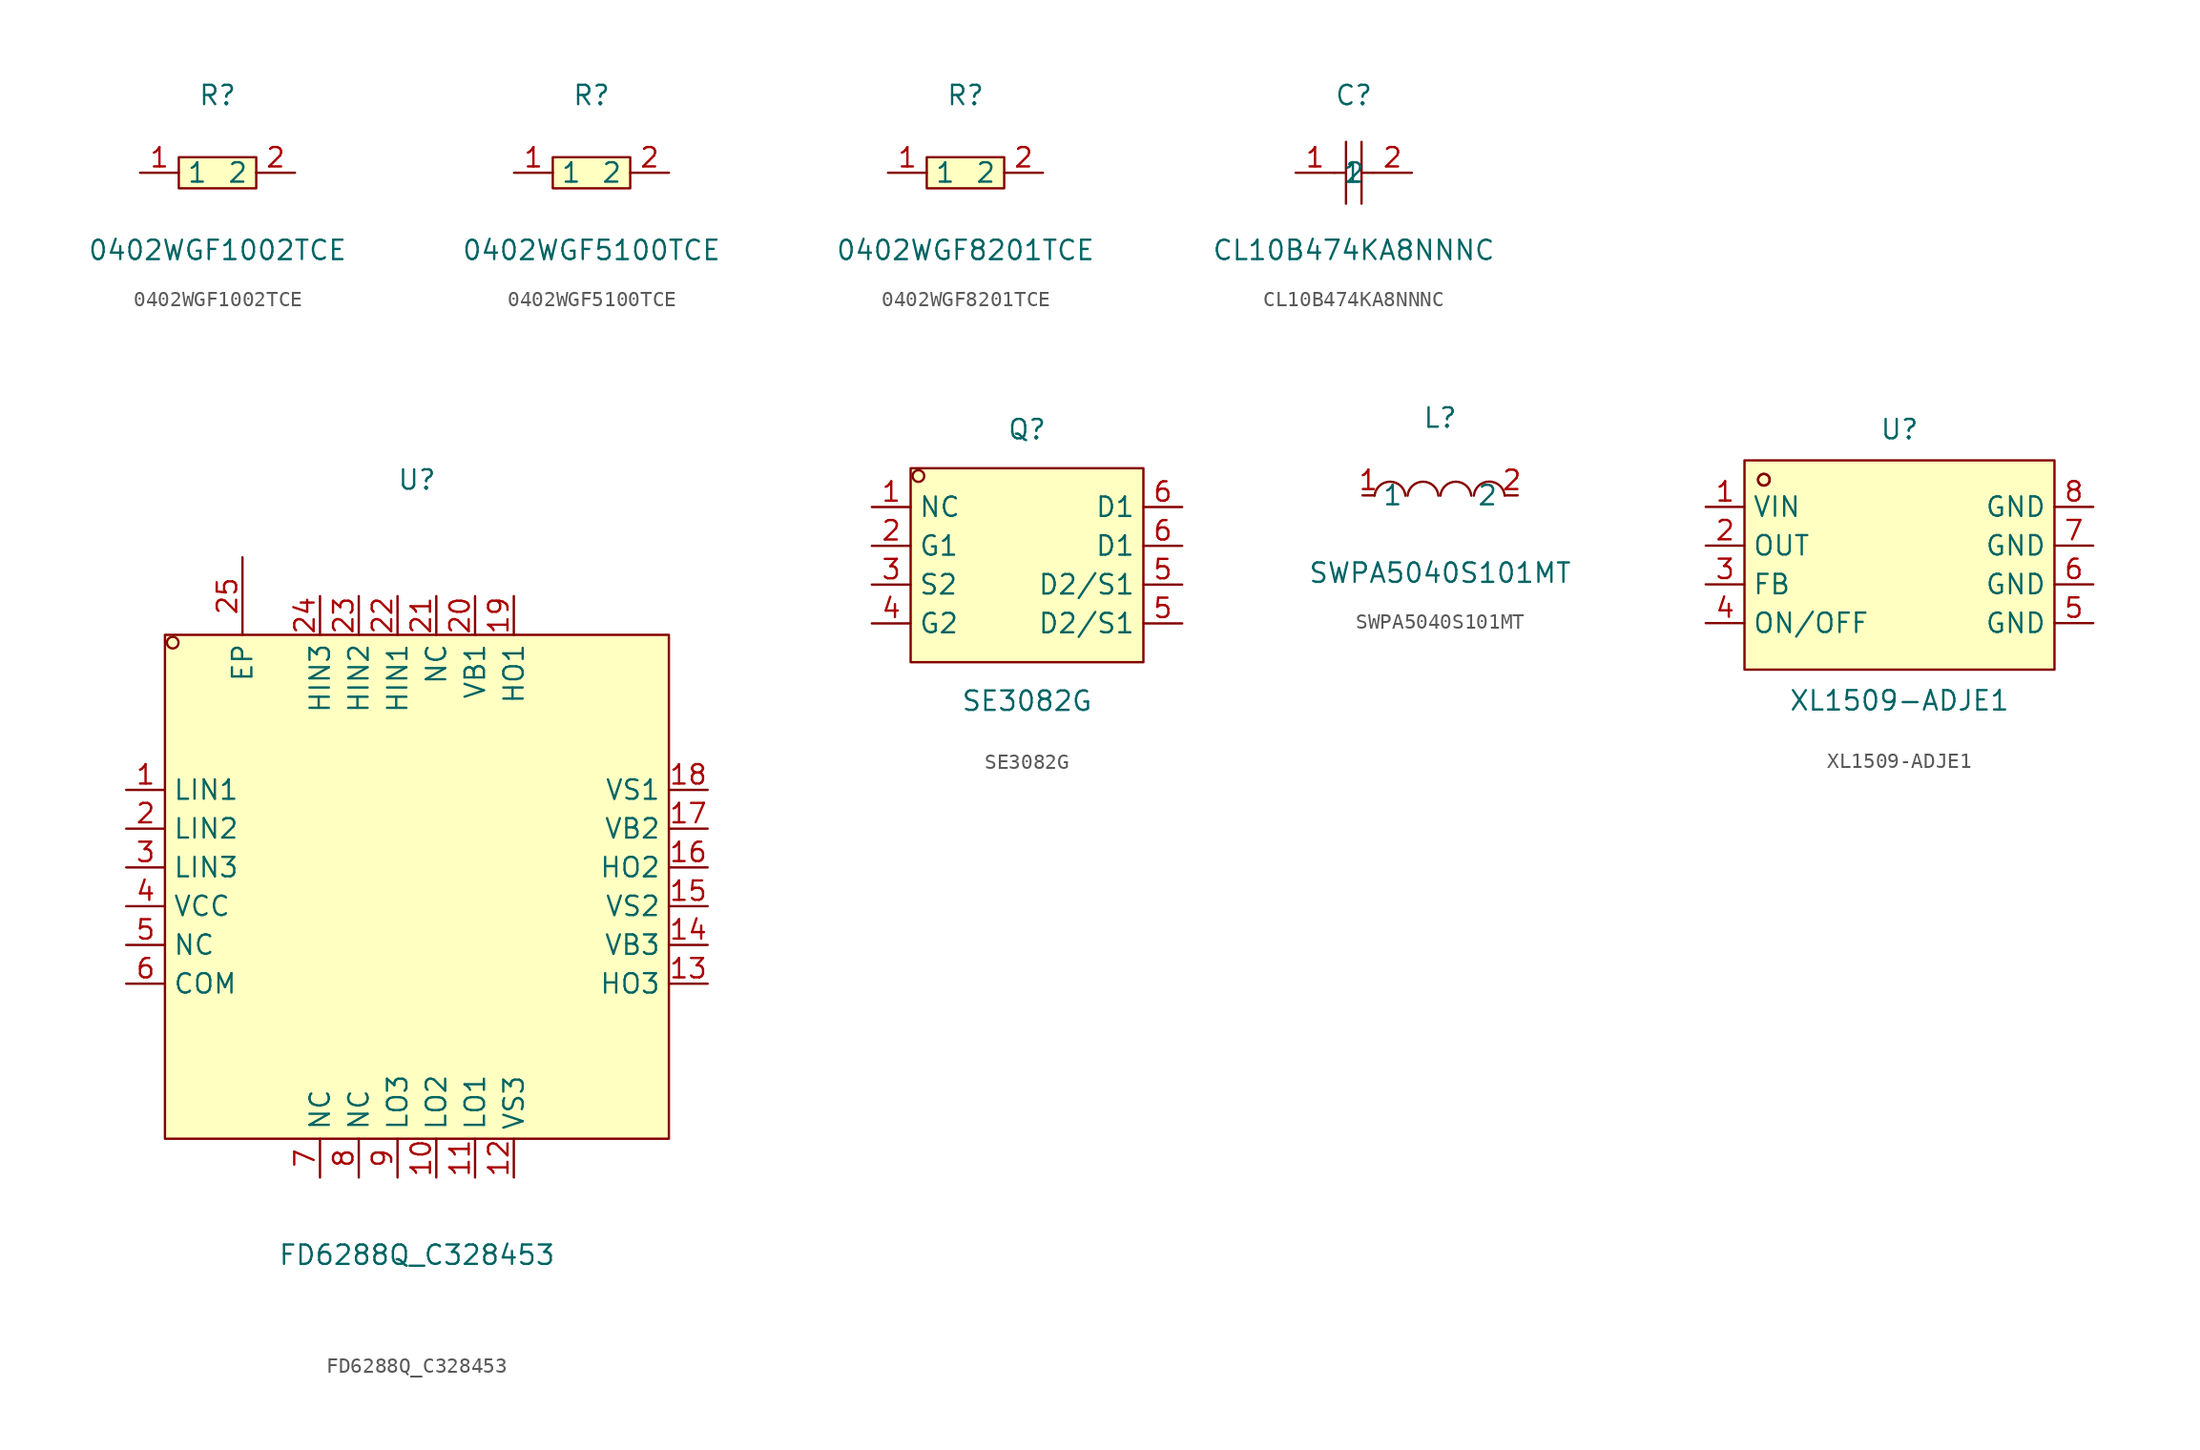
<source format=kicad_sym>
(kicad_symbol_lib
  (version 20220914)
  (generator kicad_symbol_editor)
  (symbol "0402WGF1002TCE"
    (property "Reference" "R"
      (at 0 5.08 0)
      (effects (font (size 1.27 1.27))))
    (property "Value" "0402WGF1002TCE"
      (at 0 -5.08 0)
      (effects (font (size 1.27 1.27))))
    (symbol "0402WGF1002TCE_0_1"
      (rectangle (start -2.54 1.02) (end 2.54 -1.02) (stroke (width 0) (type default)) (fill (type background)))
      (pin input line (at -5.08 0 0) (length 2.54) (name "1" (effects (font (size 1.27 1.27)))) (number "1" (effects (font (size 1.27 1.27)))))
      (pin input line (at 5.08 0 180) (length 2.54) (name "2" (effects (font (size 1.27 1.27)))) (number "2" (effects (font (size 1.27 1.27)))))))
  (symbol "0402WGF5100TCE"
    (property "Reference" "R"
      (at 0 5.08 0)
      (effects (font (size 1.27 1.27))))
    (property "Value" "0402WGF5100TCE"
      (at 0 -5.08 0)
      (effects (font (size 1.27 1.27))))
    (symbol "0402WGF5100TCE_0_1"
      (rectangle (start -2.54 1.02) (end 2.54 -1.02) (stroke (width 0) (type default)) (fill (type background)))
      (pin input line (at -5.08 0 0) (length 2.54) (name "1" (effects (font (size 1.27 1.27)))) (number "1" (effects (font (size 1.27 1.27)))))
      (pin input line (at 5.08 0 180) (length 2.54) (name "2" (effects (font (size 1.27 1.27)))) (number "2" (effects (font (size 1.27 1.27)))))))
  (symbol "0402WGF8201TCE"
    (property "Reference" "R"
      (at 0 5.08 0)
      (effects (font (size 1.27 1.27))))
    (property "Value" "0402WGF8201TCE"
      (at 0 -5.08 0)
      (effects (font (size 1.27 1.27))))
    (symbol "0402WGF8201TCE_0_1"
      (rectangle (start -2.54 1.02) (end 2.54 -1.02) (stroke (width 0) (type default)) (fill (type background)))
      (pin input line (at -5.08 0 0) (length 2.54) (name "1" (effects (font (size 1.27 1.27)))) (number "1" (effects (font (size 1.27 1.27)))))
      (pin input line (at 5.08 0 180) (length 2.54) (name "2" (effects (font (size 1.27 1.27)))) (number "2" (effects (font (size 1.27 1.27)))))))
  (symbol "CL10B474KA8NNNC"
    (property "Reference" "C"
      (at 0 5.08 0)
      (effects (font (size 1.27 1.27))))
    (property "Value" "CL10B474KA8NNNC"
      (at 0 -5.08 0)
      (effects (font (size 1.27 1.27))))
    (symbol "CL10B474KA8NNNC_0_1"
      (polyline (pts (xy -1.27 0) (xy -0.51 0)) (stroke (width 0) (type default)) (fill (type none)))
      (polyline (pts (xy -0.51 2.03) (xy -0.51 -2.03)) (stroke (width 0) (type default)) (fill (type none)))
      (polyline (pts (xy 0.51 0) (xy 1.27 0)) (stroke (width 0) (type default)) (fill (type none)))
      (polyline (pts (xy 0.51 2.03) (xy 0.51 -2.03)) (stroke (width 0) (type default)) (fill (type none)))
      (pin input line (at -3.81 0 0) (length 2.54) (name "1" (effects (font (size 1.27 1.27)))) (number "1" (effects (font (size 1.27 1.27)))))
      (pin input line (at 3.81 0 180) (length 2.54) (name "2" (effects (font (size 1.27 1.27)))) (number "2" (effects (font (size 1.27 1.27)))))))
  (symbol "FD6288Q_C328453"
    (property "Reference" "U"
      (at 0 26.67 0)
      (effects (font (size 1.27 1.27))))
    (property "Value" "FD6288Q_C328453"
      (at 0 -24.13 0)
      (effects (font (size 1.27 1.27))))
    (symbol "FD6288Q_C328453_0_1"
      (rectangle (start -16.51 16.51) (end 16.51 -16.51) (stroke (width 0) (type default)) (fill (type background)))
      (circle (center -16 16) (radius 0.38) (stroke (width 0) (type default)) (fill (type none)))
      (pin unspecified line (at -19.05 6.35 0) (length 2.54) (name "LIN1" (effects (font (size 1.27 1.27)))) (number "1" (effects (font (size 1.27 1.27)))))
      (pin unspecified line (at 1.27 -19.05 90) (length 2.54) (name "LO2" (effects (font (size 1.27 1.27)))) (number "10" (effects (font (size 1.27 1.27)))))
      (pin unspecified line (at 3.81 -19.05 90) (length 2.54) (name "LO1" (effects (font (size 1.27 1.27)))) (number "11" (effects (font (size 1.27 1.27)))))
      (pin unspecified line (at 6.35 -19.05 90) (length 2.54) (name "VS3" (effects (font (size 1.27 1.27)))) (number "12" (effects (font (size 1.27 1.27)))))
      (pin unspecified line (at 19.05 -6.35 180) (length 2.54) (name "HO3" (effects (font (size 1.27 1.27)))) (number "13" (effects (font (size 1.27 1.27)))))
      (pin unspecified line (at 19.05 -3.81 180) (length 2.54) (name "VB3" (effects (font (size 1.27 1.27)))) (number "14" (effects (font (size 1.27 1.27)))))
      (pin unspecified line (at 19.05 -1.27 180) (length 2.54) (name "VS2" (effects (font (size 1.27 1.27)))) (number "15" (effects (font (size 1.27 1.27)))))
      (pin unspecified line (at 19.05 1.27 180) (length 2.54) (name "HO2" (effects (font (size 1.27 1.27)))) (number "16" (effects (font (size 1.27 1.27)))))
      (pin unspecified line (at 19.05 3.81 180) (length 2.54) (name "VB2" (effects (font (size 1.27 1.27)))) (number "17" (effects (font (size 1.27 1.27)))))
      (pin unspecified line (at 19.05 6.35 180) (length 2.54) (name "VS1" (effects (font (size 1.27 1.27)))) (number "18" (effects (font (size 1.27 1.27)))))
      (pin unspecified line (at 6.35 19.05 270) (length 2.54) (name "HO1" (effects (font (size 1.27 1.27)))) (number "19" (effects (font (size 1.27 1.27)))))
      (pin unspecified line (at -19.05 3.81 0) (length 2.54) (name "LIN2" (effects (font (size 1.27 1.27)))) (number "2" (effects (font (size 1.27 1.27)))))
      (pin unspecified line (at 3.81 19.05 270) (length 2.54) (name "VB1" (effects (font (size 1.27 1.27)))) (number "20" (effects (font (size 1.27 1.27)))))
      (pin unspecified line (at 1.27 19.05 270) (length 2.54) (name "NC" (effects (font (size 1.27 1.27)))) (number "21" (effects (font (size 1.27 1.27)))))
      (pin unspecified line (at -1.27 19.05 270) (length 2.54) (name "HIN1" (effects (font (size 1.27 1.27)))) (number "22" (effects (font (size 1.27 1.27)))))
      (pin unspecified line (at -3.81 19.05 270) (length 2.54) (name "HIN2" (effects (font (size 1.27 1.27)))) (number "23" (effects (font (size 1.27 1.27)))))
      (pin unspecified line (at -6.35 19.05 270) (length 2.54) (name "HIN3" (effects (font (size 1.27 1.27)))) (number "24" (effects (font (size 1.27 1.27)))))
      (pin unspecified line (at -11.43 21.59 270) (length 5.08) (name "EP" (effects (font (size 1.27 1.27)))) (number "25" (effects (font (size 1.27 1.27)))))
      (pin unspecified line (at -19.05 1.27 0) (length 2.54) (name "LIN3" (effects (font (size 1.27 1.27)))) (number "3" (effects (font (size 1.27 1.27)))))
      (pin unspecified line (at -19.05 -1.27 0) (length 2.54) (name "VCC" (effects (font (size 1.27 1.27)))) (number "4" (effects (font (size 1.27 1.27)))))
      (pin unspecified line (at -19.05 -3.81 0) (length 2.54) (name "NC" (effects (font (size 1.27 1.27)))) (number "5" (effects (font (size 1.27 1.27)))))
      (pin unspecified line (at -19.05 -6.35 0) (length 2.54) (name "COM" (effects (font (size 1.27 1.27)))) (number "6" (effects (font (size 1.27 1.27)))))
      (pin unspecified line (at -6.35 -19.05 90) (length 2.54) (name "NC" (effects (font (size 1.27 1.27)))) (number "7" (effects (font (size 1.27 1.27)))))
      (pin unspecified line (at -3.81 -19.05 90) (length 2.54) (name "NC" (effects (font (size 1.27 1.27)))) (number "8" (effects (font (size 1.27 1.27)))))
      (pin unspecified line (at -1.27 -19.05 90) (length 2.54) (name "LO3" (effects (font (size 1.27 1.27)))) (number "9" (effects (font (size 1.27 1.27)))))))
  (symbol "SE3082G"
    (property "Reference" "Q"
      (at 0 8.89 0)
      (effects (font (size 1.27 1.27))))
    (property "Value" "SE3082G"
      (at 0 -8.89 0)
      (effects (font (size 1.27 1.27))))
    (symbol "SE3082G_0_1"
      (rectangle (start -7.62 6.35) (end 7.62 -6.35) (stroke (width 0) (type default)) (fill (type background)))
      (circle (center -7.11 5.84) (radius 0.38) (stroke (width 0) (type default)) (fill (type none)))
      (pin unspecified line (at -10.16 3.81 0) (length 2.54) (name "NC" (effects (font (size 1.27 1.27)))) (number "1" (effects (font (size 1.27 1.27)))))
      (pin unspecified line (at -10.16 1.27 0) (length 2.54) (name "G1" (effects (font (size 1.27 1.27)))) (number "2" (effects (font (size 1.27 1.27)))))
      (pin unspecified line (at -10.16 -1.27 0) (length 2.54) (name "S2" (effects (font (size 1.27 1.27)))) (number "3" (effects (font (size 1.27 1.27)))))
      (pin unspecified line (at -10.16 -3.81 0) (length 2.54) (name "G2" (effects (font (size 1.27 1.27)))) (number "4" (effects (font (size 1.27 1.27)))))
      (pin unspecified line (at 10.16 -3.81 180) (length 2.54) (name "D2/S1" (effects (font (size 1.27 1.27)))) (number "5" (effects (font (size 1.27 1.27)))))
      (pin unspecified line (at 10.16 -1.27 180) (length 2.54) (name "D2/S1" (effects (font (size 1.27 1.27)))) (number "5" (effects (font (size 1.27 1.27)))))
      (pin unspecified line (at 10.16 1.27 180) (length 2.54) (name "D1" (effects (font (size 1.27 1.27)))) (number "6" (effects (font (size 1.27 1.27)))))
      (pin unspecified line (at 10.16 3.81 180) (length 2.54) (name "D1" (effects (font (size 1.27 1.27)))) (number "6" (effects (font (size 1.27 1.27)))))))
  (symbol "SWPA5040S101MT"
    (property "Reference" "L"
      (at 0 5.08 0)
      (effects (font (size 1.27 1.27))))
    (property "Value" "SWPA5040S101MT"
      (at 0 -5.08 0)
      (effects (font (size 1.27 1.27))))
    (symbol "SWPA5040S101MT_0_1"
      (arc (start -2.27 -0.02) (mid -3.28 0.897) (end -4.29 -0.02) (stroke (width 0) (type default)) (fill (type none)))
      (arc (start -0.11 -0.02) (mid -1.12 0.897) (end -2.13 -0.02) (stroke (width 0) (type default)) (fill (type none)))
      (arc (start 2.04 -0.02) (mid 1.03 0.897) (end 0.02 -0.02) (stroke (width 0) (type default)) (fill (type none)))
      (arc (start 4.23 -0.02) (mid 3.22 0.9048) (end 2.21 -0.02) (stroke (width 0) (type default)) (fill (type none)))
      (pin unspecified line (at -5.08 0 0) (length 0.762) (name "1" (effects (font (size 1.27 1.27)))) (number "1" (effects (font (size 1.27 1.27)))))
      (pin unspecified line (at 5.08 0 180) (length 0.762) (name "2" (effects (font (size 1.27 1.27)))) (number "2" (effects (font (size 1.27 1.27)))))))
  (symbol "XL1509-ADJE1"
    (property "Reference" "U"
      (at 0 8.89 0)
      (effects (font (size 1.27 1.27))))
    (property "Value" "XL1509-ADJE1"
      (at 0 -8.89 0)
      (effects (font (size 1.27 1.27))))
    (symbol "XL1509-ADJE1_0_1"
      (rectangle (start -10.16 6.86) (end 10.16 -6.86) (stroke (width 0) (type default)) (fill (type background)))
      (circle (center -8.89 5.59) (radius 0.38) (stroke (width 0) (type default)) (fill (type none)))
      (circle (center -8.89 5.59) (radius 0.38) (stroke (width 0) (type default)) (fill (type none)))
      (pin unspecified line (at -12.7 3.81 0) (length 2.54) (name "VIN" (effects (font (size 1.27 1.27)))) (number "1" (effects (font (size 1.27 1.27)))))
      (pin unspecified line (at -12.7 1.27 0) (length 2.54) (name "OUT" (effects (font (size 1.27 1.27)))) (number "2" (effects (font (size 1.27 1.27)))))
      (pin unspecified line (at -12.7 -1.27 0) (length 2.54) (name "FB" (effects (font (size 1.27 1.27)))) (number "3" (effects (font (size 1.27 1.27)))))
      (pin unspecified line (at -12.7 -3.81 0) (length 2.54) (name "ON/OFF" (effects (font (size 1.27 1.27)))) (number "4" (effects (font (size 1.27 1.27)))))
      (pin unspecified line (at 12.7 -3.81 180) (length 2.54) (name "GND" (effects (font (size 1.27 1.27)))) (number "5" (effects (font (size 1.27 1.27)))))
      (pin unspecified line (at 12.7 -1.27 180) (length 2.54) (name "GND" (effects (font (size 1.27 1.27)))) (number "6" (effects (font (size 1.27 1.27)))))
      (pin unspecified line (at 12.7 1.27 180) (length 2.54) (name "GND" (effects (font (size 1.27 1.27)))) (number "7" (effects (font (size 1.27 1.27)))))
      (pin unspecified line (at 12.7 3.81 180) (length 2.54) (name "GND" (effects (font (size 1.27 1.27)))) (number "8" (effects (font (size 1.27 1.27))))))))
</source>
